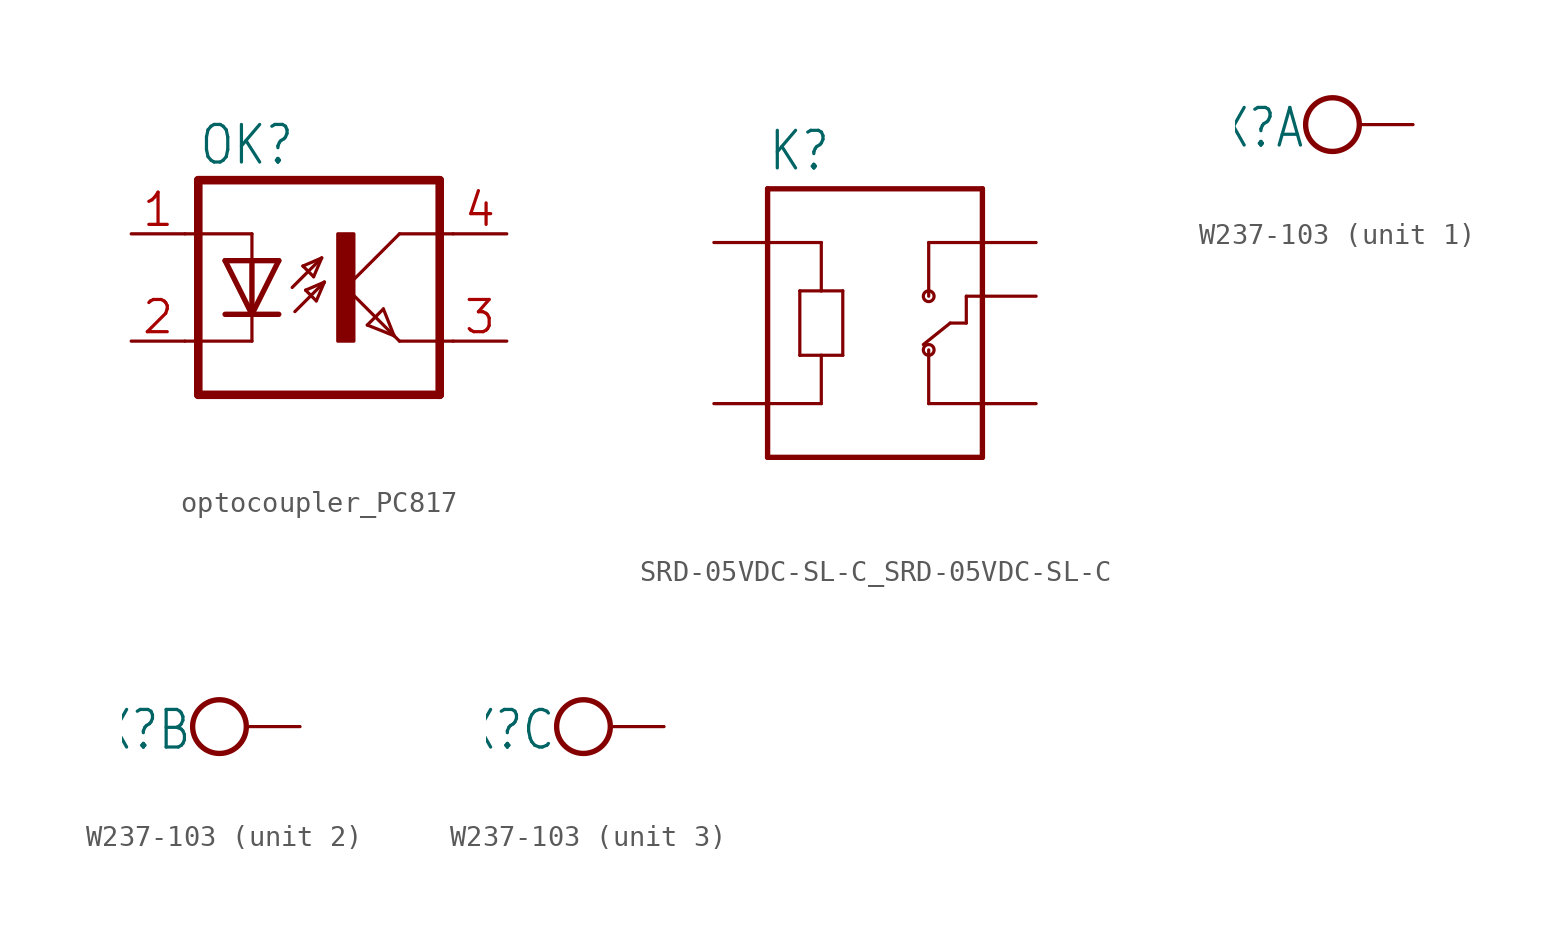
<source format=kicad_sym>
(kicad_symbol_lib
  (version 20241209)
  (generator "kicad_symbol_editor")
  (generator_version "9.0")
  (symbol "optocoupler_PC817"
    (property "Reference" "OK"
      (at -6.985 5.715 0)
      (effects (font (size 1.778 1.511)) (justify left bottom)))
    (property "Value" ""
      (at -6.985 -7.62 0)
      (effects (font (size 1.778 1.511)) (justify left bottom)))
    (property "ki_locked" ""
      (at 0 0 0)
      (effects (font (size 1.27 1.27))))
    (symbol "optocoupler_PC817_1_0"
      (polyline (pts (xy -6.985 5.08) (xy -6.985 -5.08)) (stroke (width 0.406) (type solid)) (fill (type none)))
      (polyline (pts (xy -6.985 5.08) (xy 4.445 5.08)) (stroke (width 0.406) (type solid)) (fill (type none)))
      (polyline (pts (xy -6.985 -5.08) (xy 4.445 -5.08)) (stroke (width 0.406) (type solid)) (fill (type none)))
      (polyline (pts (xy -4.445 2.54) (xy -7.62 2.54)) (stroke (width 0.152) (type solid)) (fill (type none)))
      (polyline (pts (xy -4.445 2.54) (xy -4.445 1.27)) (stroke (width 0.152) (type solid)) (fill (type none)))
      (polyline (pts (xy -4.445 1.27) (xy -5.715 1.27)) (stroke (width 0.254) (type solid)) (fill (type none)))
      (polyline (pts (xy -4.445 1.27) (xy -4.445 -1.27)) (stroke (width 0.254) (type solid)) (fill (type none)))
      (polyline (pts (xy -4.445 -1.27) (xy -5.715 1.27)) (stroke (width 0.254) (type solid)) (fill (type none)))
      (polyline (pts (xy -4.445 -1.27) (xy -5.715 -1.27)) (stroke (width 0.254) (type solid)) (fill (type none)))
      (polyline (pts (xy -4.445 -1.27) (xy -4.445 -2.54)) (stroke (width 0.152) (type solid)) (fill (type none)))
      (polyline (pts (xy -4.445 -2.54) (xy -7.62 -2.54)) (stroke (width 0.152) (type solid)) (fill (type none)))
      (polyline (pts (xy -3.175 1.27) (xy -4.445 1.27)) (stroke (width 0.254) (type solid)) (fill (type none)))
      (polyline (pts (xy -3.175 1.27) (xy -4.445 -1.27)) (stroke (width 0.254) (type solid)) (fill (type none)))
      (polyline (pts (xy -3.175 -1.27) (xy -4.445 -1.27)) (stroke (width 0.254) (type solid)) (fill (type none)))
      (polyline (pts (xy -2.54 0) (xy -1.143 1.397)) (stroke (width 0.152) (type solid)) (fill (type none)))
      (polyline (pts (xy -2.413 -1.143) (xy -1.016 0.254)) (stroke (width 0.152) (type solid)) (fill (type none)))
      (polyline (pts (xy -2.032 1.016) (xy -1.524 0.508)) (stroke (width 0.152) (type solid)) (fill (type none)))
      (polyline (pts (xy -1.905 -0.127) (xy -1.397 -0.635)) (stroke (width 0.152) (type solid)) (fill (type none)))
      (polyline (pts (xy -1.524 0.508) (xy -1.143 1.397)) (stroke (width 0.152) (type solid)) (fill (type none)))
      (polyline (pts (xy -1.397 -0.635) (xy -1.016 0.254)) (stroke (width 0.152) (type solid)) (fill (type none)))
      (polyline (pts (xy -1.143 1.397) (xy -2.032 1.016)) (stroke (width 0.152) (type solid)) (fill (type none)))
      (polyline (pts (xy -1.016 0.254) (xy -1.905 -0.127)) (stroke (width 0.152) (type solid)) (fill (type none)))
      (rectangle (start -0.381 -2.54) (end 0.381 2.54) (stroke (width 0) (type default)) (fill (type outline)))
      (polyline (pts (xy 0 0) (xy 2.286 -2.286)) (stroke (width 0.152) (type solid)) (fill (type none)))
      (polyline (pts (xy 1.016 -1.778) (xy 1.778 -1.016)) (stroke (width 0.152) (type solid)) (fill (type none)))
      (polyline (pts (xy 1.778 -1.016) (xy 2.286 -2.286)) (stroke (width 0.152) (type solid)) (fill (type none)))
      (polyline (pts (xy 2.286 -2.286) (xy 1.016 -1.778)) (stroke (width 0.152) (type solid)) (fill (type none)))
      (polyline (pts (xy 2.286 -2.286) (xy 2.54 -2.54)) (stroke (width 0.152) (type solid)) (fill (type none)))
      (polyline (pts (xy 2.54 2.54) (xy 0 0)) (stroke (width 0.152) (type solid)) (fill (type none)))
      (polyline (pts (xy 2.54 2.54) (xy 5.08 2.54)) (stroke (width 0.152) (type solid)) (fill (type none)))
      (polyline (pts (xy 2.54 -2.54) (xy 5.08 -2.54)) (stroke (width 0.152) (type solid)) (fill (type none)))
      (polyline (pts (xy 4.445 5.08) (xy 4.445 -5.08)) (stroke (width 0.406) (type solid)) (fill (type none)))
      (pin passive line (at -10.16 2.54 0) (length 2.54) (name "A" (effects (font (size 0 0)))) (number "1" (effects (font (size 1.524 1.524)))))
      (pin passive line (at -10.16 -2.54 0) (length 2.54) (name "C" (effects (font (size 0 0)))) (number "2" (effects (font (size 1.524 1.524)))))
      (pin passive line (at 7.62 2.54 180) (length 2.54) (name "COL" (effects (font (size 0 0)))) (number "4" (effects (font (size 1.524 1.524)))))
      (pin passive line (at 7.62 -2.54 180) (length 2.54) (name "EMIT" (effects (font (size 0 0)))) (number "3" (effects (font (size 1.524 1.524)))))))
  (symbol "SRD-05VDC-SL-C_SRD-05VDC-SL-C"
    (property "Reference" "K"
      (at -5.081 5.843 0)
      (effects (font (size 1.778 1.512)) (justify left bottom)))
    (property "Value" ""
      (at -5.083 -10.166 0)
      (effects (font (size 1.779 1.512)) (justify left bottom)))
    (property "ki_locked" ""
      (at 0 0 0)
      (effects (font (size 1.27 1.27))))
    (symbol "SRD-05VDC-SL-C_SRD-05VDC-SL-C_1_0"
      (polyline (pts (xy -5.08 5.08) (xy 5.08 5.08)) (stroke (width 0.254) (type solid)) (fill (type none)))
      (polyline (pts (xy -5.08 2.54) (xy -2.54 2.54)) (stroke (width 0.152) (type solid)) (fill (type none)))
      (polyline (pts (xy -5.08 -7.62) (xy -5.08 5.08)) (stroke (width 0.254) (type solid)) (fill (type none)))
      (polyline (pts (xy -3.556 0.254) (xy -3.556 -2.794)) (stroke (width 0.152) (type solid)) (fill (type none)))
      (polyline (pts (xy -3.556 -2.794) (xy -2.54 -2.794)) (stroke (width 0.152) (type solid)) (fill (type none)))
      (polyline (pts (xy -2.54 2.54) (xy -2.54 0.254)) (stroke (width 0.152) (type solid)) (fill (type none)))
      (polyline (pts (xy -2.54 0.254) (xy -3.556 0.254)) (stroke (width 0.152) (type solid)) (fill (type none)))
      (polyline (pts (xy -2.54 -2.794) (xy -2.54 -5.08)) (stroke (width 0.152) (type solid)) (fill (type none)))
      (polyline (pts (xy -2.54 -2.794) (xy -1.524 -2.794)) (stroke (width 0.152) (type solid)) (fill (type none)))
      (polyline (pts (xy -2.54 -5.08) (xy -5.08 -5.08)) (stroke (width 0.152) (type solid)) (fill (type none)))
      (polyline (pts (xy -1.524 0.254) (xy -2.54 0.254)) (stroke (width 0.152) (type solid)) (fill (type none)))
      (polyline (pts (xy -1.524 -2.794) (xy -1.524 0.254)) (stroke (width 0.152) (type solid)) (fill (type none)))
      (polyline (pts (xy 2.54 2.54) (xy 2.54 0)) (stroke (width 0.152) (type solid)) (fill (type none)))
      (circle (center 2.54 0) (radius 0.254) (stroke (width 0.152) (type solid)) (fill (type none)))
      (polyline (pts (xy 2.54 -2.54) (xy 2.54 -5.08)) (stroke (width 0.152) (type solid)) (fill (type none)))
      (circle (center 2.54 -2.54) (radius 0.254) (stroke (width 0.152) (type solid)) (fill (type none)))
      (polyline (pts (xy 2.54 -5.08) (xy 5.08 -5.08)) (stroke (width 0.152) (type solid)) (fill (type none)))
      (polyline (pts (xy 3.556 -1.27) (xy 2.286 -2.286)) (stroke (width 0.152) (type solid)) (fill (type none)))
      (polyline (pts (xy 3.556 -1.27) (xy 4.318 -1.27)) (stroke (width 0.152) (type solid)) (fill (type none)))
      (polyline (pts (xy 4.318 0) (xy 5.08 0)) (stroke (width 0.152) (type solid)) (fill (type none)))
      (polyline (pts (xy 4.318 -1.27) (xy 4.318 0)) (stroke (width 0.152) (type solid)) (fill (type none)))
      (polyline (pts (xy 5.08 5.08) (xy 5.08 0)) (stroke (width 0.254) (type solid)) (fill (type none)))
      (polyline (pts (xy 5.08 2.54) (xy 2.54 2.54)) (stroke (width 0.152) (type solid)) (fill (type none)))
      (polyline (pts (xy 5.08 0) (xy 5.08 -7.62)) (stroke (width 0.254) (type solid)) (fill (type none)))
      (polyline (pts (xy 5.08 -7.62) (xy -5.08 -7.62)) (stroke (width 0.254) (type solid)) (fill (type none)))
      (pin passive line (at -7.62 2.54 0) (length 2.54) (name "A1" (effects (font (size 0 0)))) (number "A1" (effects (font (size 0 0)))))
      (pin passive line (at -7.62 -5.08 0) (length 2.54) (name "A2" (effects (font (size 0 0)))) (number "A2" (effects (font (size 0 0)))))
      (pin passive line (at 7.62 2.54 180) (length 2.54) (name "NO" (effects (font (size 0 0)))) (number "NO" (effects (font (size 0 0)))))
      (pin passive line (at 7.62 0 180) (length 2.54) (name "COM" (effects (font (size 0 0)))) (number "COM" (effects (font (size 0 0)))))
      (pin passive line (at 7.62 -5.08 180) (length 2.54) (name "NC" (effects (font (size 0 0)))) (number "NC" (effects (font (size 0 0)))))))
  (symbol "W237-103"
    (property "Reference" "X"
      (at 0 0.889 0)
      (effects (font (size 1.778 1.511)) (justify right top)))
    (property "Value" ""
      (at -2.54 -3.683 0)
      (effects (font (size 1.778 1.511)) (justify left bottom)))
    (property "ki_locked" ""
      (at 0 0 0)
      (effects (font (size 1.27 1.27))))
    (symbol "W237-103_1_0"
      (circle (center 1.27 0) (radius 1.27) (stroke (width 0.254) (type solid)) (fill (type none)))
      (pin passive line (at 5.08 0 180) (length 2.54) (name "KL" (effects (font (size 0 0)))) (number "1" (effects (font (size 0 0))))))
    (symbol "W237-103_2_0"
      (circle (center 1.27 0) (radius 1.27) (stroke (width 0.254) (type solid)) (fill (type none)))
      (pin passive line (at 5.08 0 180) (length 2.54) (name "KL" (effects (font (size 0 0)))) (number "2" (effects (font (size 0 0))))))
    (symbol "W237-103_3_0"
      (circle (center 1.27 0) (radius 1.27) (stroke (width 0.254) (type solid)) (fill (type none)))
      (pin passive line (at 5.08 0 180) (length 2.54) (name "KL" (effects (font (size 0 0)))) (number "3" (effects (font (size 0 0))))))))
</source>
